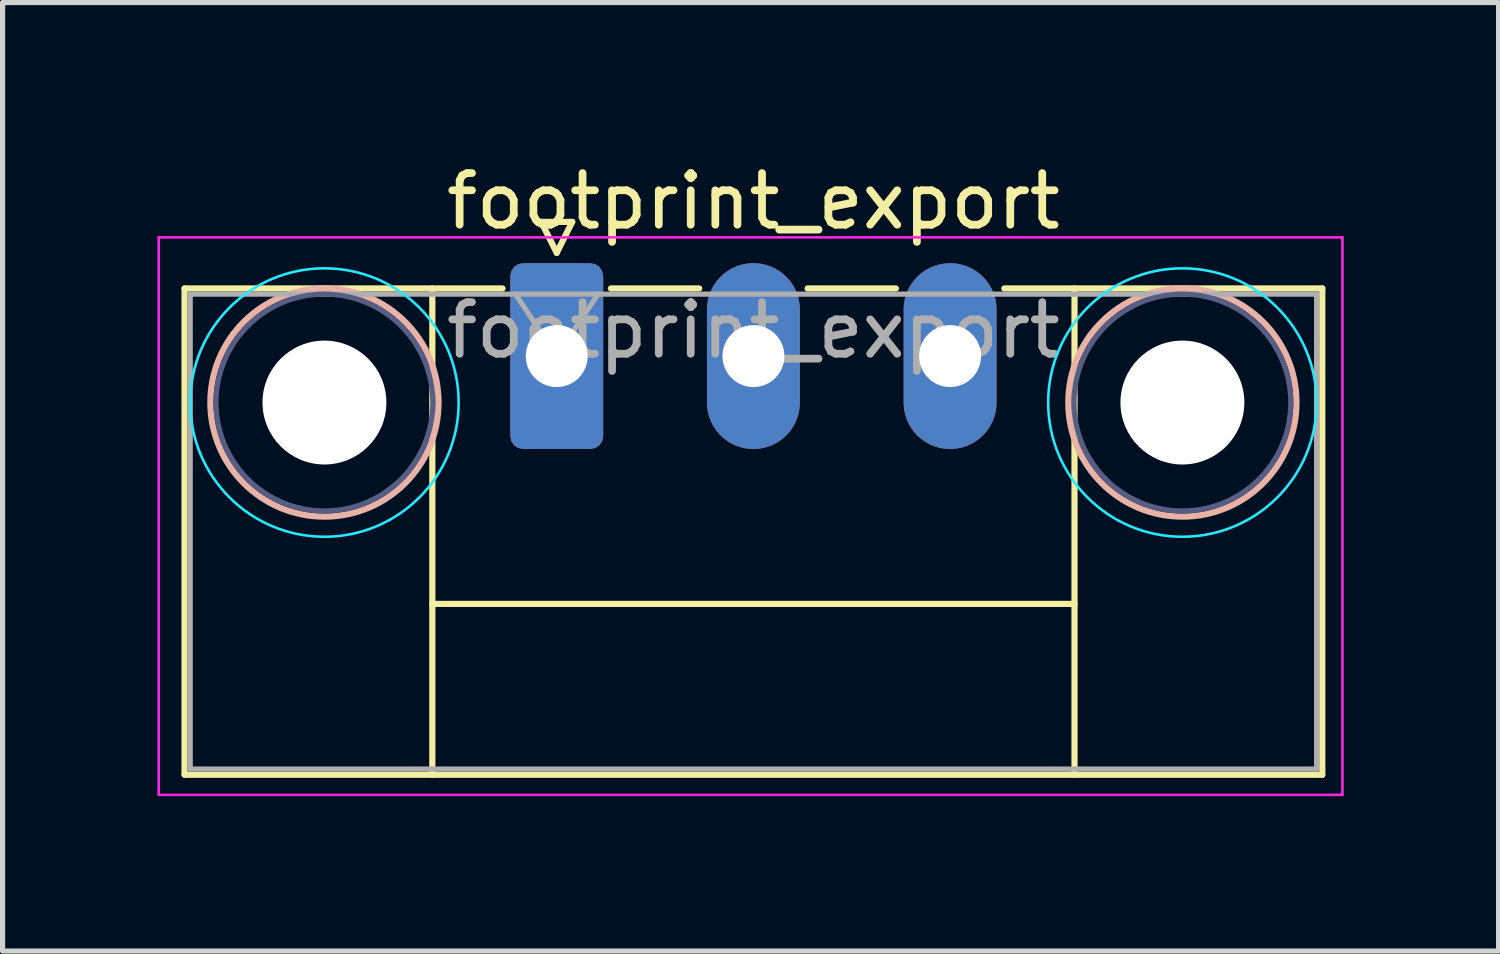
<source format=kicad_pcb>
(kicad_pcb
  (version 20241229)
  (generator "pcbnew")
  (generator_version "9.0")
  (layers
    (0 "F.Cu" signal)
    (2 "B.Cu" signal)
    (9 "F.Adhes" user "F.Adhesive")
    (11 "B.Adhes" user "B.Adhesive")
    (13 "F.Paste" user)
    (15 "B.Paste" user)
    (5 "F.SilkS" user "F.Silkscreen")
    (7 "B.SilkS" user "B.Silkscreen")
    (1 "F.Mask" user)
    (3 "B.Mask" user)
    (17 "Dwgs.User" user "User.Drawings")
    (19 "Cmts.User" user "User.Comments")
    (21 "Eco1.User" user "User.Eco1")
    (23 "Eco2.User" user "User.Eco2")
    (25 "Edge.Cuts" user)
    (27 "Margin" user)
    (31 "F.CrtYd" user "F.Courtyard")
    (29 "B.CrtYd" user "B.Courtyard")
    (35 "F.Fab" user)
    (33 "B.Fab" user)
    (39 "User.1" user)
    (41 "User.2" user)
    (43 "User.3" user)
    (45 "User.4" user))
  (footprint "footprint_export"
    (layer "F.Cu")
    (at 7.735 3.848)
    (property "Reference" "footprint_export" (at 3.81 -3 0) (layer "F.SilkS") (effects (font (size 1 1) (thickness 0.15))))
    (attr through_hole)
    (fp_line (start -7.21 -1.31) (end -7.21 8.11) (stroke (width 0.12) (type solid)) (layer "F.SilkS"))
    (fp_line (start -7.21 -1.31) (end -1.05 -1.31) (stroke (width 0.12) (type solid)) (layer "F.SilkS"))
    (fp_line (start -7.21 8.11) (end 14.83 8.11) (stroke (width 0.12) (type solid)) (layer "F.SilkS"))
    (fp_line (start -2.41 -1.31) (end -2.41 8.11) (stroke (width 0.12) (type solid)) (layer "F.SilkS"))
    (fp_line (start -2.41 4.8) (end 10.03 4.8) (stroke (width 0.12) (type solid)) (layer "F.SilkS"))
    (fp_line (start -0.3 -2.6) (end 0.3 -2.6) (stroke (width 0.12) (type solid)) (layer "F.SilkS"))
    (fp_line (start 0 -2) (end -0.3 -2.6) (stroke (width 0.12) (type solid)) (layer "F.SilkS"))
    (fp_line (start 0.3 -2.6) (end 0 -2) (stroke (width 0.12) (type solid)) (layer "F.SilkS"))
    (fp_line (start 1.05 -1.31) (end 2.76 -1.31) (stroke (width 0.12) (type solid)) (layer "F.SilkS"))
    (fp_line (start 4.86 -1.31) (end 6.57 -1.31) (stroke (width 0.12) (type solid)) (layer "F.SilkS"))
    (fp_line (start 10.03 -1.31) (end 10.03 8.11) (stroke (width 0.12) (type solid)) (layer "F.SilkS"))
    (fp_line (start 14.83 -1.31) (end 8.67 -1.31) (stroke (width 0.12) (type solid)) (layer "F.SilkS"))
    (fp_line (start 14.83 8.11) (end 14.83 -1.31) (stroke (width 0.12) (type solid)) (layer "F.SilkS"))
    (fp_circle (center -4.5 0.9) (end -2.29 0.9) (stroke (width 0.12) (type solid)) (fill no) (layer "B.SilkS"))
    (fp_circle (center 12.12 0.9) (end 14.33 0.9) (stroke (width 0.12) (type solid)) (fill no) (layer "B.SilkS"))
    (fp_circle (center -4.5 0.9) (end -1.9 0.9) (stroke (width 0.05) (type solid)) (fill no) (layer "B.CrtYd"))
    (fp_circle (center 12.12 0.9) (end 14.72 0.9) (stroke (width 0.05) (type solid)) (fill no) (layer "B.CrtYd"))
    (fp_line (start -7.71 -2.3) (end -7.71 8.5) (stroke (width 0.05) (type solid)) (layer "F.CrtYd"))
    (fp_line (start -7.71 8.5) (end 15.22 8.5) (stroke (width 0.05) (type solid)) (layer "F.CrtYd"))
    (fp_line (start 15.22 -2.3) (end -7.71 -2.3) (stroke (width 0.05) (type solid)) (layer "F.CrtYd"))
    (fp_line (start 15.22 8.5) (end 15.22 -2.3) (stroke (width 0.05) (type solid)) (layer "F.CrtYd"))
    (fp_circle (center -4.5 0.9) (end -2.4 0.9) (stroke (width 0.1) (type solid)) (fill no) (layer "B.Fab"))
    (fp_circle (center 12.12 0.9) (end 14.22 0.9) (stroke (width 0.1) (type solid)) (fill no) (layer "B.Fab"))
    (fp_line (start -7.1 -1.2) (end -7.1 8) (stroke (width 0.1) (type solid)) (layer "F.Fab"))
    (fp_line (start -7.1 8) (end 14.72 8) (stroke (width 0.1) (type solid)) (layer "F.Fab"))
    (fp_line (start 0 0) (end -0.8 -1.2) (stroke (width 0.1) (type solid)) (layer "F.Fab"))
    (fp_line (start 0.8 -1.2) (end 0 0) (stroke (width 0.1) (type solid)) (layer "F.Fab"))
    (fp_line (start 14.72 -1.2) (end -7.1 -1.2) (stroke (width 0.1) (type solid)) (layer "F.Fab"))
    (fp_line (start 14.72 8) (end 14.72 -1.2) (stroke (width 0.1) (type solid)) (layer "F.Fab"))
    (fp_text user "${REFERENCE}" (at 3.81 -0.5 0) (layer "F.Fab") (effects (font (size 1 1) (thickness 0.15))))
    (pad "" np_thru_hole circle (at -4.5 0.9) (size 2.4 2.4) (drill 2.4) (layers "*.Cu" "*.Mask"))
    (pad "" np_thru_hole circle (at 12.12 0.9) (size 2.4 2.4) (drill 2.4) (layers "*.Cu" "*.Mask"))
    (pad "1" thru_hole roundrect (at 0 0) (size 1.8 3.6) (drill 1.2) (layers "*.Cu" "*.Mask") (roundrect_rratio 0.139))
    (pad "2" thru_hole oval (at 3.81 0) (size 1.8 3.6) (drill 1.2) (layers "*.Cu" "*.Mask"))
    (pad "3" thru_hole oval (at 7.62 0) (size 1.8 3.6) (drill 1.2) (layers "*.Cu" "*.Mask")))
  (gr_rect
    (start -3 -3)
    (end 25.98 15.373)
    (stroke (width 0.1) (type default))
    (fill no)
    (layer "Edge.Cuts")))
</source>
